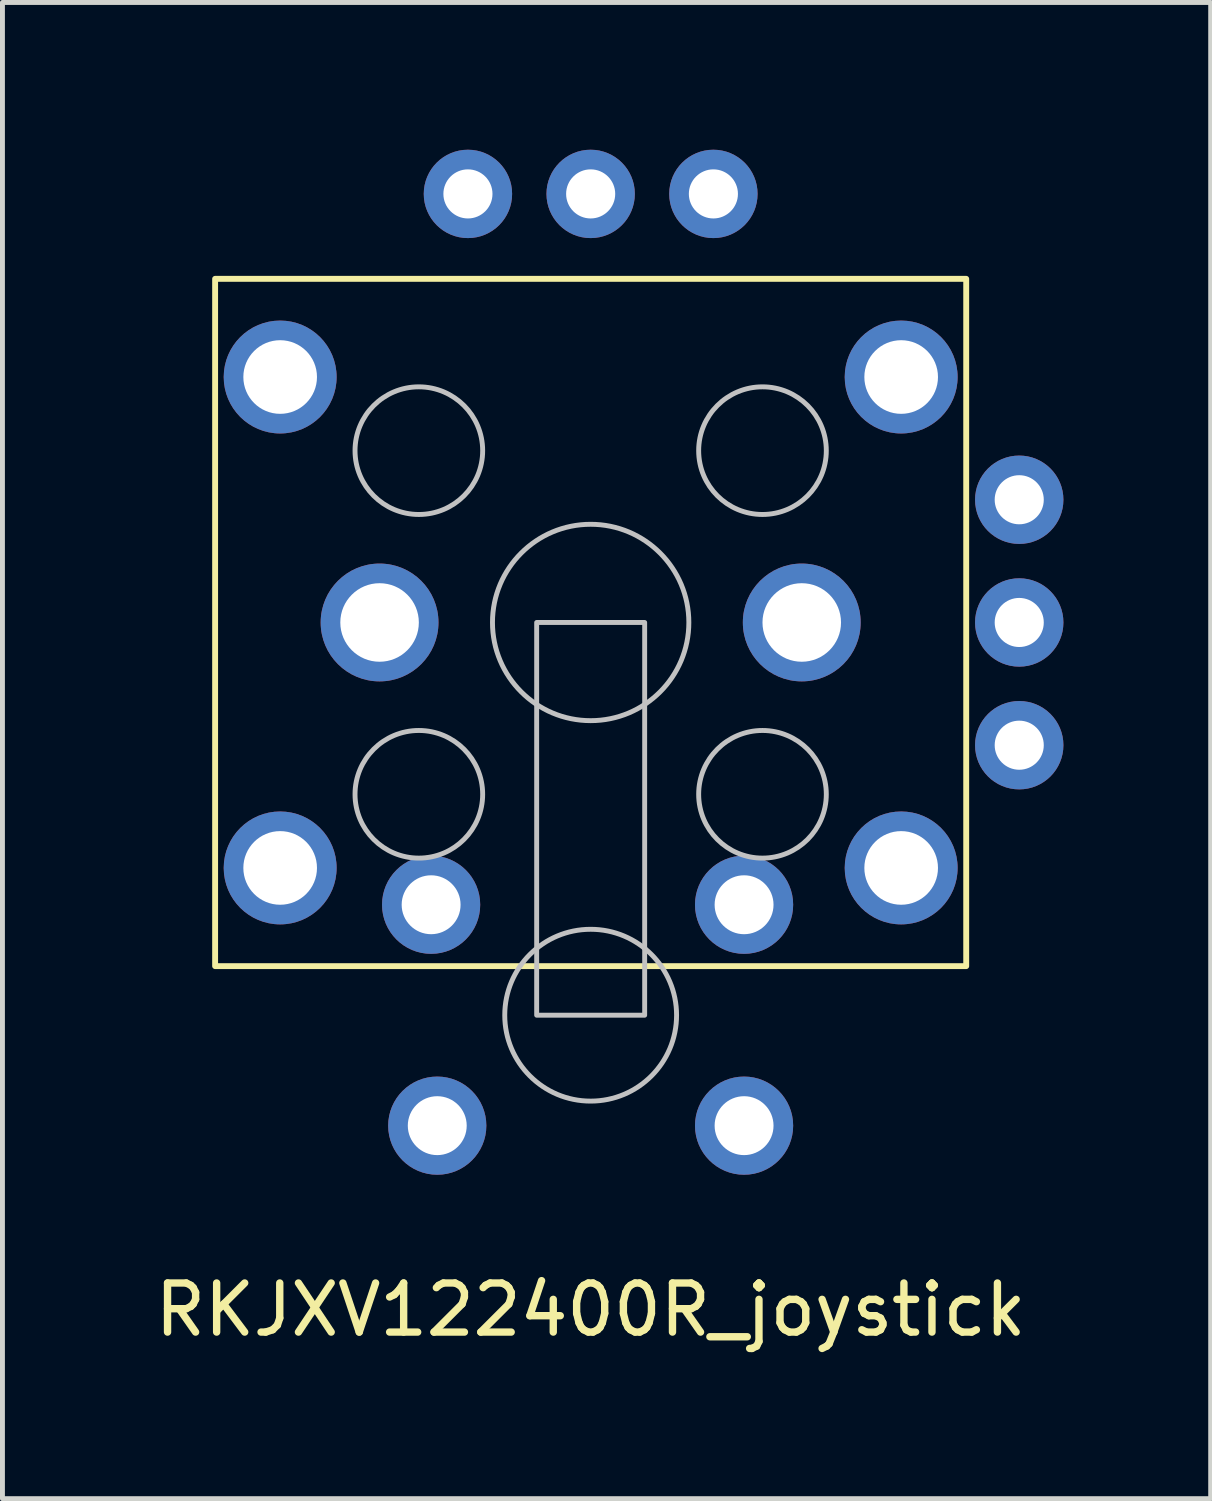
<source format=kicad_pcb>
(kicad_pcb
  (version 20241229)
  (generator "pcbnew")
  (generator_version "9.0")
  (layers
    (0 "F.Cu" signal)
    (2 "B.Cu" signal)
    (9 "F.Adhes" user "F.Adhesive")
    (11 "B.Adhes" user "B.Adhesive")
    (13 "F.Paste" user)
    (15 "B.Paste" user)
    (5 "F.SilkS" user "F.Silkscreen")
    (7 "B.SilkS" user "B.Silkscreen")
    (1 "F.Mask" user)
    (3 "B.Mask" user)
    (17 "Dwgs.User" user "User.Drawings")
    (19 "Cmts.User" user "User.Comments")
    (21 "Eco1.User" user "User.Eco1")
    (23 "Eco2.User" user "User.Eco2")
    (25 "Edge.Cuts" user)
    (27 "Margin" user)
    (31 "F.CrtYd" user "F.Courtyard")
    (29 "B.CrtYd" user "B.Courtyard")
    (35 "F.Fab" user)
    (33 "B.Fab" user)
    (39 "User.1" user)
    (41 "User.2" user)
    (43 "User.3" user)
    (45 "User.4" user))
  (footprint "RKJXV122400R_joystick"
    (layer "F.Cu")
    (at 8.982 9.63)
    (property "Reference" "RKJXV122400R_joystick" (at 0 14 0) (unlocked yes) (layer "F.SilkS") (effects (font (size 1 1) (thickness 0.15))))
    (attr through_hole)
    (fp_rect (start -7.65 -7) (end 7.65 7) (stroke (width 0.12) (type solid)) (fill no) (layer "F.SilkS"))
    (fp_rect (start -1.1 0) (end 1.1 8) (stroke (width 0.1) (type solid)) (fill no) (layer "Dwgs.User"))
    (fp_circle (center -3.5 -3.5) (end -2.2 -3.5) (stroke (width 0.1) (type solid)) (fill no) (layer "Dwgs.User"))
    (fp_circle (center -3.5 3.5) (end -2.2 3.5) (stroke (width 0.1) (type solid)) (fill no) (layer "Dwgs.User"))
    (fp_circle (center 0 0) (end 2 0) (stroke (width 0.1) (type solid)) (fill no) (layer "Dwgs.User"))
    (fp_circle (center 0 8) (end 1.75 8) (stroke (width 0.1) (type solid)) (fill no) (layer "Dwgs.User"))
    (fp_circle (center 3.5 -3.5) (end 4.8 -3.5) (stroke (width 0.1) (type solid)) (fill no) (layer "Dwgs.User"))
    (fp_circle (center 3.5 3.5) (end 4.8 3.5) (stroke (width 0.1) (type solid)) (fill no) (layer "Dwgs.User"))
    (pad "" np_thru_hole circle (at -6.325 -5) (size 2.3 2.3) (drill 1.5) (layers "*.Cu" "*.Mask"))
    (pad "" np_thru_hole circle (at -6.325 5) (size 2.3 2.3) (drill 1.5) (layers "*.Cu" "*.Mask"))
    (pad "" np_thru_hole circle (at -4.3 0) (size 2.4 2.4) (drill 1.6) (layers "*.Cu" "*.Mask"))
    (pad "" np_thru_hole circle (at -3.25 5.75) (size 2 2) (drill 1.2) (layers "*.Cu" "*.Mask"))
    (pad "" np_thru_hole circle (at -3.125 10.25) (size 2 2) (drill 1.2) (layers "*.Cu" "*.Mask"))
    (pad "" np_thru_hole circle (at 3.125 5.75) (size 2 2) (drill 1.2) (layers "*.Cu" "*.Mask"))
    (pad "" np_thru_hole circle (at 3.125 10.25) (size 2 2) (drill 1.2) (layers "*.Cu" "*.Mask"))
    (pad "" np_thru_hole circle (at 4.3 0) (size 2.4 2.4) (drill 1.6) (layers "*.Cu" "*.Mask"))
    (pad "" np_thru_hole circle (at 6.325 -5) (size 2.3 2.3) (drill 1.5) (layers "*.Cu" "*.Mask"))
    (pad "" np_thru_hole circle (at 6.325 5) (size 2.3 2.3) (drill 1.5) (layers "*.Cu" "*.Mask"))
    (pad "1" thru_hole circle (at -2.5 -8.73) (size 1.8 1.8) (drill 1) (layers "*.Cu" "*.Mask"))
    (pad "2" thru_hole circle (at 0 -8.73) (size 1.8 1.8) (drill 1) (layers "*.Cu" "*.Mask"))
    (pad "3" thru_hole circle (at 2.5 -8.73 90) (size 1.8 1.8) (drill 1) (layers "*.Cu" "*.Mask"))
    (pad "4" thru_hole circle (at 8.73 -2.5) (size 1.8 1.8) (drill 1) (layers "*.Cu" "*.Mask"))
    (pad "5" thru_hole circle (at 8.73 0) (size 1.8 1.8) (drill 1) (layers "*.Cu" "*.Mask"))
    (pad "6" thru_hole circle (at 8.73 2.5) (size 1.8 1.8) (drill 1) (layers "*.Cu" "*.Mask")))
  (gr_rect
    (start -3 -3)
    (end 21.612 27.478)
    (stroke (width 0.1) (type default))
    (fill no)
    (layer "Edge.Cuts")))
</source>
